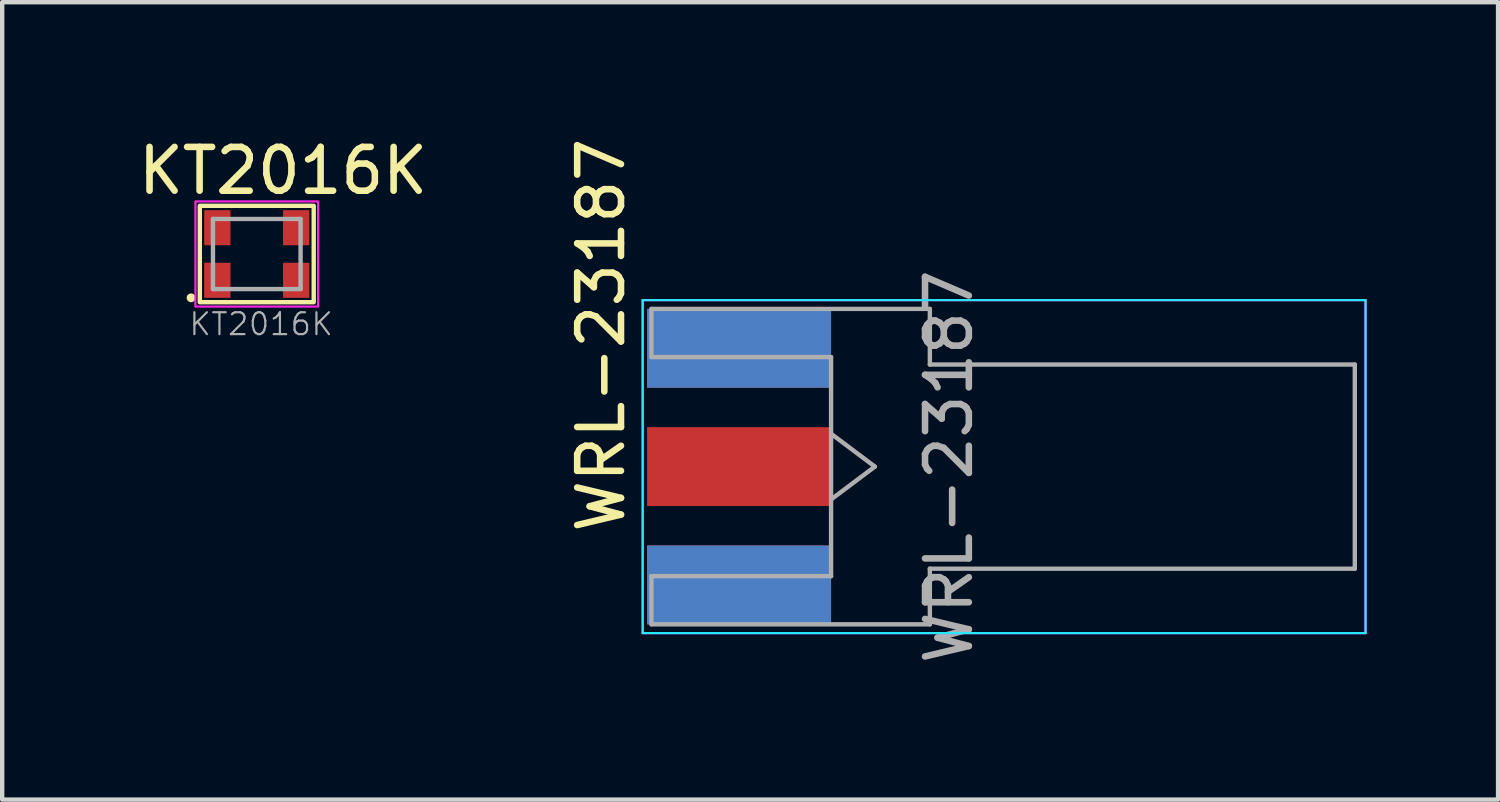
<source format=kicad_pcb>
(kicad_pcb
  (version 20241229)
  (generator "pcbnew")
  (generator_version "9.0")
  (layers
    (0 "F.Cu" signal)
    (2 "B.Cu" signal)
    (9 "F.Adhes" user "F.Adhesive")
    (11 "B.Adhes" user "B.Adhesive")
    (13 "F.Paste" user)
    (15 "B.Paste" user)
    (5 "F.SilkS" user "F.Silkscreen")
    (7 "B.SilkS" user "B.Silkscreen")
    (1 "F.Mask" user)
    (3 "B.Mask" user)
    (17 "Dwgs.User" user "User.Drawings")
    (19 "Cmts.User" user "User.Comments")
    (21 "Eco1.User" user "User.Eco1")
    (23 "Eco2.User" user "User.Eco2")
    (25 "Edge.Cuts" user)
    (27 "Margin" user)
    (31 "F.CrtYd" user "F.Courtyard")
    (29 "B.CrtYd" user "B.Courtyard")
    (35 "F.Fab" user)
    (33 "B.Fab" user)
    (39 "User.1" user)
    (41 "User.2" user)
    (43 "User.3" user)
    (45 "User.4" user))
  (footprint "KT2016K"
    (layer "F.Cu")
    (at 1.911 3.348)
    (property "Reference" "KT2016K" (at 1.5 -2.5 0) (layer "F.SilkS") (effects (font (size 1 1) (thickness 0.15))))
    (attr through_hole)
    (fp_rect (start -0.4 0.5) (end 2.2 -1.7) (stroke (width 0.1) (type default)) (fill no) (layer "F.SilkS"))
    (fp_circle (center -0.6 0.4) (end -0.5 0.4) (stroke (width 0) (type solid)) (fill yes) (layer "F.SilkS"))
    (fp_rect (start -0.5 0.6) (end 2.3 -1.8) (stroke (width 0.05) (type default)) (fill no) (layer "F.CrtYd"))
    (fp_line (start -0.1 -1.4) (end -0.1 0.2) (stroke (width 0.1) (type solid)) (layer "F.Fab"))
    (fp_line (start -0.1 -1.4) (end 1.9 -1.4) (stroke (width 0.1) (type solid)) (layer "F.Fab"))
    (fp_line (start -0.1 0.2) (end 1.9 0.2) (stroke (width 0.1) (type solid)) (layer "F.Fab"))
    (fp_line (start 1.9 -1.4) (end 1.9 0.2) (stroke (width 0.1) (type solid)) (layer "F.Fab"))
    (fp_text user "${REFERENCE}" (at 1 1 0) (layer "F.Fab") (effects (font (size 0.5 0.5) (thickness 0.05))))
    (pad "1" smd rect (at 0 0) (size 0.6 0.8) (layers "F.Cu" "F.Mask" "F.Paste"))
    (pad "2" smd rect (at 1.8 0) (size 0.6 0.8) (layers "F.Cu" "F.Mask" "F.Paste"))
    (pad "3" smd rect (at 1.8 -1.2) (size 0.6 0.8) (layers "F.Cu" "F.Mask" "F.Paste"))
    (pad "4" smd rect (at 0 -1.2) (size 0.6 0.8) (layers "F.Cu" "F.Mask" "F.Paste")))
  (footprint "WRL-23187"
    (layer "F.Cu")
    (at 13.82 7.601)
    (property "Reference" "WRL-23187" (at -3.15 -3 90) (layer "F.SilkS") (effects (font (size 1 1) (thickness 0.15))))
    (attr smd)
    (fp_line (start -2.2 3.8) (end -2.2 -3.8) (stroke (width 0.05) (type solid)) (layer "B.CrtYd"))
    (fp_line (start 14.3 -3.8) (end -2.2 -3.8) (stroke (width 0.05) (type solid)) (layer "B.CrtYd"))
    (fp_line (start 14.3 -3.8) (end 14.3 3.8) (stroke (width 0.05) (type solid)) (layer "B.CrtYd"))
    (fp_line (start 14.3 3.8) (end -2.2 3.8) (stroke (width 0.05) (type solid)) (layer "B.CrtYd"))
    (fp_line (start -2.2 3.8) (end -2.2 -3.8) (stroke (width 0.05) (type solid)) (layer "F.CrtYd"))
    (fp_line (start 14.3 -3.8) (end -2.2 -3.8) (stroke (width 0.05) (type solid)) (layer "F.CrtYd"))
    (fp_line (start 14.3 -3.8) (end 14.3 3.8) (stroke (width 0.05) (type solid)) (layer "F.CrtYd"))
    (fp_line (start 14.3 3.8) (end -2.2 3.8) (stroke (width 0.05) (type solid)) (layer "F.CrtYd"))
    (fp_line (start -2 -3.6) (end -2 -2.5) (stroke (width 0.1) (type solid)) (layer "F.Fab"))
    (fp_line (start -2 -3.6) (end 4.355 -3.6) (stroke (width 0.1) (type solid)) (layer "F.Fab"))
    (fp_line (start -2 -2.5) (end 2.1 -2.5) (stroke (width 0.1) (type solid)) (layer "F.Fab"))
    (fp_line (start -2 2.5) (end -2 3.6) (stroke (width 0.1) (type solid)) (layer "F.Fab"))
    (fp_line (start -2 3.6) (end 4.355 3.6) (stroke (width 0.1) (type solid)) (layer "F.Fab"))
    (fp_line (start 2.1 -2.5) (end 2.1 2.5) (stroke (width 0.1) (type solid)) (layer "F.Fab"))
    (fp_line (start 2.1 -0.75) (end 3.1 0) (stroke (width 0.1) (type solid)) (layer "F.Fab"))
    (fp_line (start 2.1 2.5) (end -2 2.5) (stroke (width 0.1) (type solid)) (layer "F.Fab"))
    (fp_line (start 3.1 0) (end 2.1 0.75) (stroke (width 0.1) (type solid)) (layer "F.Fab"))
    (fp_line (start 4.355 -2.33) (end 4.355 -3.6) (stroke (width 0.1) (type solid)) (layer "F.Fab"))
    (fp_line (start 4.355 -2.33) (end 14.055 -2.33) (stroke (width 0.1) (type solid)) (layer "F.Fab"))
    (fp_line (start 4.355 3.6) (end 4.355 2.33) (stroke (width 0.1) (type solid)) (layer "F.Fab"))
    (fp_line (start 14.055 -2.33) (end 14.055 2.33) (stroke (width 0.1) (type solid)) (layer "F.Fab"))
    (fp_line (start 14.055 2.33) (end 4.355 2.33) (stroke (width 0.1) (type solid)) (layer "F.Fab"))
    (fp_text user "${REFERENCE}" (at 4.79 0 270) (layer "F.Fab") (effects (font (size 1 1) (thickness 0.15))))
    (pad "1" smd rect (at 0 0 90) (size 1.8 4.2) (layers "F.Cu" "F.Mask" "F.Paste"))
    (pad "2" smd rect (at 0 -2.7 90) (size 1.8 4.2) (layers "F.Cu" "F.Mask" "F.Paste"))
    (pad "2" smd rect (at 0 -2.7 90) (size 1.8 4.2) (layers "B.Cu" "B.Mask" "B.Paste"))
    (pad "2" smd rect (at 0 2.7 90) (size 1.8 4.2) (layers "F.Cu" "F.Mask" "F.Paste"))
    (pad "2" smd rect (at 0 2.7 90) (size 1.8 4.2) (layers "B.Cu" "B.Mask" "B.Paste")))
  (gr_rect
    (start -3 -3)
    (end 31.145 15.202)
    (stroke (width 0.1) (type default))
    (fill no)
    (layer "Edge.Cuts")))
</source>
